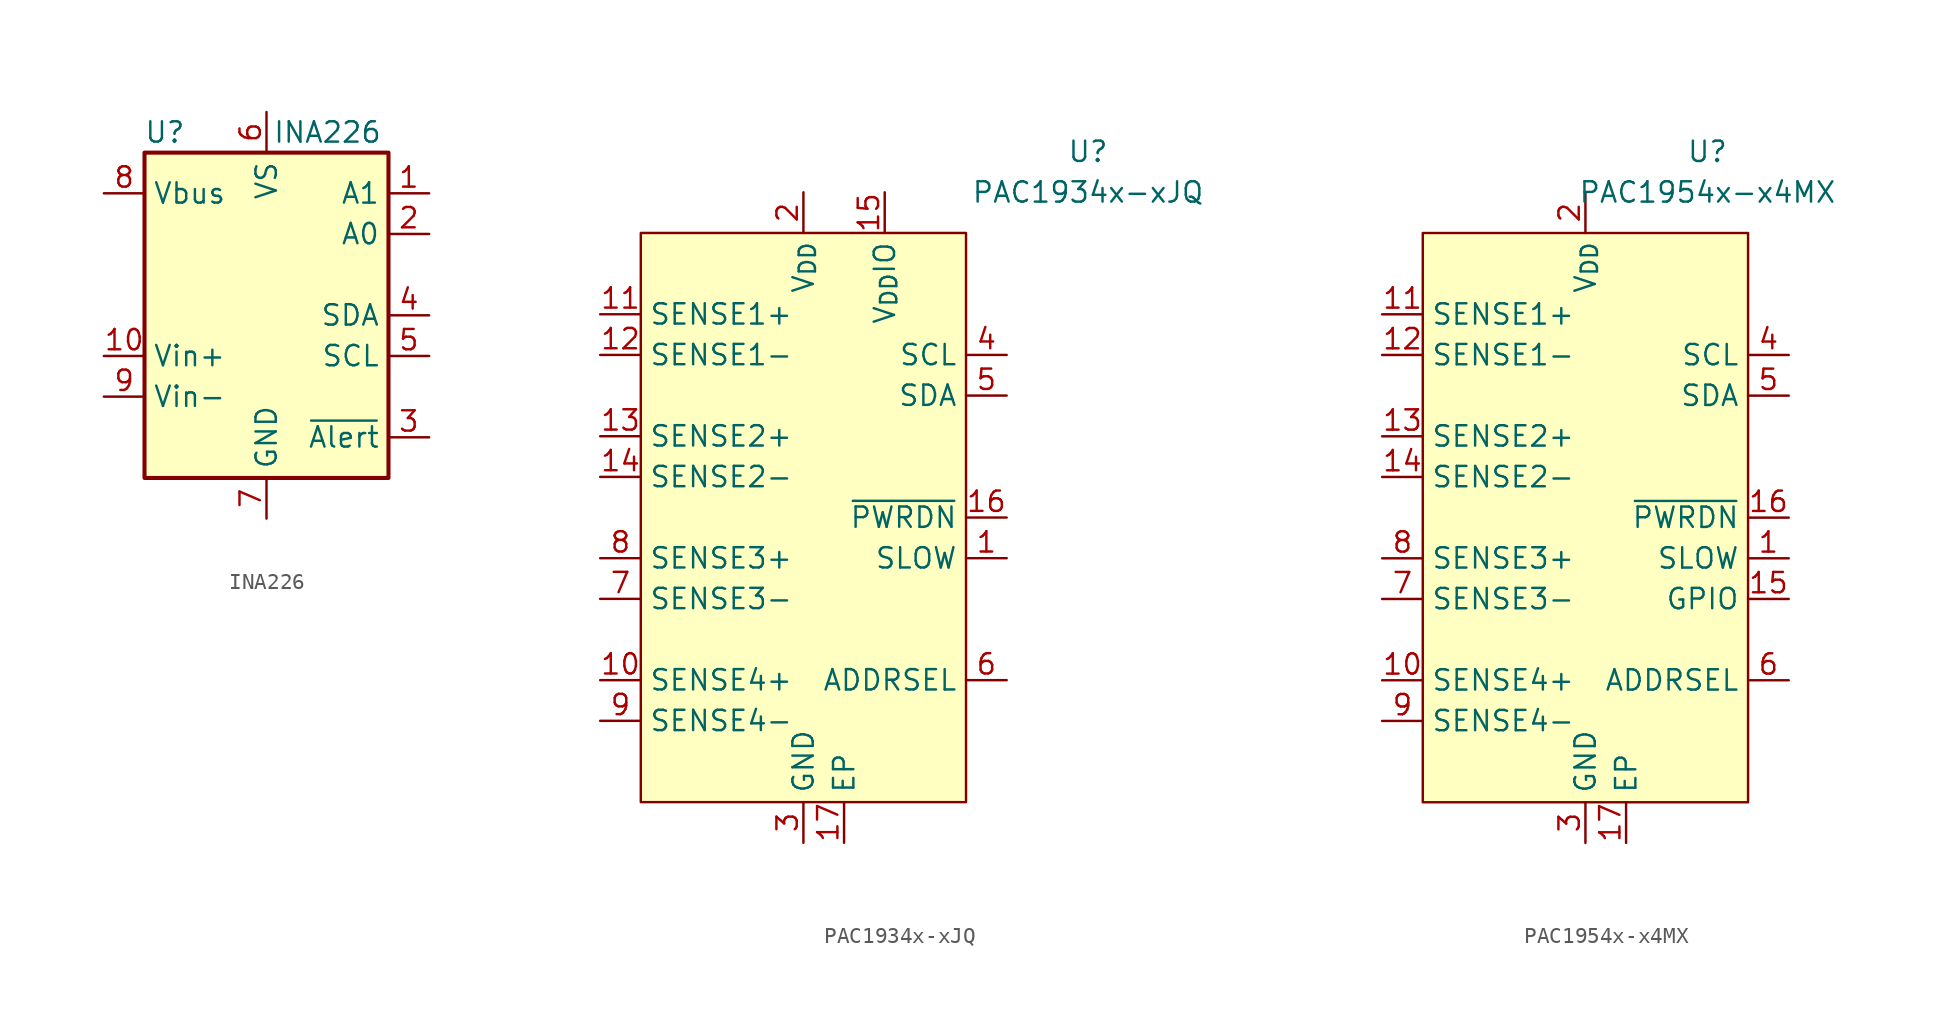
<source format=kicad_sym>
(kicad_symbol_lib
  (version 20231120)
  (generator "kicad_symbol_editor")
  (generator_version "8.0")
  (symbol "INA226"
    (property "Reference" "U"
      (at -6.35 11.43 0)
      (effects (font (size 1.27 1.27))))
    (property "Value" "INA226"
      (at 3.81 11.43 0)
      (effects (font (size 1.27 1.27))))
    (symbol "INA226_0_1"
      (rectangle (start 7.62 10.16) (end -7.62 -10.16) (stroke (width 0.254) (type default)) (fill (type background))))
    (symbol "INA226_1_1"
      (pin input line (at 10.16 7.62 180) (length 2.54) (name "A1" (effects (font (size 1.27 1.27)))) (number "1" (effects (font (size 1.27 1.27)))))
      (pin input line (at -10.16 -2.54 0) (length 2.54) (name "Vin+" (effects (font (size 1.27 1.27)))) (number "10" (effects (font (size 1.27 1.27)))))
      (pin input line (at 10.16 5.08 180) (length 2.54) (name "A0" (effects (font (size 1.27 1.27)))) (number "2" (effects (font (size 1.27 1.27)))))
      (pin open_collector line (at 10.16 -7.62 180) (length 2.54) (name "~{Alert}" (effects (font (size 1.27 1.27)))) (number "3" (effects (font (size 1.27 1.27)))))
      (pin bidirectional line (at 10.16 0 180) (length 2.54) (name "SDA" (effects (font (size 1.27 1.27)))) (number "4" (effects (font (size 1.27 1.27)))))
      (pin input line (at 10.16 -2.54 180) (length 2.54) (name "SCL" (effects (font (size 1.27 1.27)))) (number "5" (effects (font (size 1.27 1.27)))))
      (pin power_in line (at 0 12.7 270) (length 2.54) (name "VS" (effects (font (size 1.27 1.27)))) (number "6" (effects (font (size 1.27 1.27)))))
      (pin power_in line (at 0 -12.7 90) (length 2.54) (name "GND" (effects (font (size 1.27 1.27)))) (number "7" (effects (font (size 1.27 1.27)))))
      (pin input line (at -10.16 7.62 0) (length 2.54) (name "Vbus" (effects (font (size 1.27 1.27)))) (number "8" (effects (font (size 1.27 1.27)))))
      (pin input line (at -10.16 -5.08 0) (length 2.54) (name "Vin-" (effects (font (size 1.27 1.27)))) (number "9" (effects (font (size 1.27 1.27)))))))
  (symbol "PAC1934x-xJQ"
    (property "Reference" "U"
      (at 17.78 22.86 0)
      (effects (font (size 1.27 1.27))))
    (property "Value" "PAC1934x-xJQ"
      (at 17.78 20.32 0)
      (effects (font (size 1.27 1.27))))
    (symbol "PAC1934x-xJQ_0_0"
      (pin input line (at 12.7 -2.54 180) (length 2.54) (name "SLOW" (effects (font (size 1.27 1.27)))) (number "1" (effects (font (size 1.27 1.27)))) (alternate "~{ALERT1}" open_collector line))
      (pin input line (at -12.7 -10.16 0) (length 2.54) (name "SENSE4+" (effects (font (size 1.27 1.27)))) (number "10" (effects (font (size 1.27 1.27)))))
      (pin input line (at -12.7 12.7 0) (length 2.54) (name "SENSE1+" (effects (font (size 1.27 1.27)))) (number "11" (effects (font (size 1.27 1.27)))))
      (pin input line (at -12.7 10.16 0) (length 2.54) (name "SENSE1-" (effects (font (size 1.27 1.27)))) (number "12" (effects (font (size 1.27 1.27)))))
      (pin input line (at -12.7 5.08 0) (length 2.54) (name "SENSE2+" (effects (font (size 1.27 1.27)))) (number "13" (effects (font (size 1.27 1.27)))))
      (pin input line (at -12.7 2.54 0) (length 2.54) (name "SENSE2-" (effects (font (size 1.27 1.27)))) (number "14" (effects (font (size 1.27 1.27)))))
      (pin input line (at 5.08 20.32 270) (length 2.54) (name "V_{DD}IO" (effects (font (size 1.27 1.27)))) (number "15" (effects (font (size 1.27 1.27)))))
      (pin input line (at 12.7 0 180) (length 2.54) (name "~{PWRDN}" (effects (font (size 1.27 1.27)))) (number "16" (effects (font (size 1.27 1.27)))))
      (pin passive line (at 2.54 -20.32 90) (length 2.54) (name "EP" (effects (font (size 1.27 1.27)))) (number "17" (effects (font (size 1.27 1.27)))))
      (pin power_in line (at 0 20.32 270) (length 2.54) (name "V_{DD}" (effects (font (size 1.27 1.27)))) (number "2" (effects (font (size 1.27 1.27)))))
      (pin power_in line (at 0 -20.32 90) (length 2.54) (name "GND" (effects (font (size 1.27 1.27)))) (number "3" (effects (font (size 1.27 1.27)))))
      (pin input line (at 12.7 10.16 180) (length 2.54) (name "SCL" (effects (font (size 1.27 1.27)))) (number "4" (effects (font (size 1.27 1.27)))) (alternate "SM_CLK" input line))
      (pin bidirectional line (at 12.7 7.62 180) (length 2.54) (name "SDA" (effects (font (size 1.27 1.27)))) (number "5" (effects (font (size 1.27 1.27)))) (alternate "SM_DATA" bidirectional line))
      (pin passive line (at 12.7 -10.16 180) (length 2.54) (name "ADDRSEL" (effects (font (size 1.27 1.27)))) (number "6" (effects (font (size 1.27 1.27)))))
      (pin input line (at -12.7 -5.08 0) (length 2.54) (name "SENSE3-" (effects (font (size 1.27 1.27)))) (number "7" (effects (font (size 1.27 1.27)))))
      (pin input line (at -12.7 -2.54 0) (length 2.54) (name "SENSE3+" (effects (font (size 1.27 1.27)))) (number "8" (effects (font (size 1.27 1.27)))))
      (pin input line (at -12.7 -12.7 0) (length 2.54) (name "SENSE4-" (effects (font (size 1.27 1.27)))) (number "9" (effects (font (size 1.27 1.27))))))
    (symbol "PAC1934x-xJQ_0_1"
      (rectangle (start -10.16 17.78) (end 10.16 -17.78) (stroke (width 0) (type default)) (fill (type background)))))
  (symbol "PAC1954x-x4MX"
    (property "Reference" "U"
      (at 7.62 22.86 0)
      (effects (font (size 1.27 1.27))))
    (property "Value" "PAC1954x-x4MX"
      (at 7.62 20.32 0)
      (effects (font (size 1.27 1.27))))
    (symbol "PAC1954x-x4MX_0_0"
      (pin input line (at 12.7 -2.54 180) (length 2.54) (name "SLOW" (effects (font (size 1.27 1.27)))) (number "1" (effects (font (size 1.27 1.27)))) (alternate "GPIO" bidirectional line) (alternate "~{ALERT1}" open_collector line))
      (pin input line (at -12.7 -10.16 0) (length 2.54) (name "SENSE4+" (effects (font (size 1.27 1.27)))) (number "10" (effects (font (size 1.27 1.27)))))
      (pin input line (at -12.7 12.7 0) (length 2.54) (name "SENSE1+" (effects (font (size 1.27 1.27)))) (number "11" (effects (font (size 1.27 1.27)))))
      (pin input line (at -12.7 10.16 0) (length 2.54) (name "SENSE1-" (effects (font (size 1.27 1.27)))) (number "12" (effects (font (size 1.27 1.27)))))
      (pin input line (at -12.7 5.08 0) (length 2.54) (name "SENSE2+" (effects (font (size 1.27 1.27)))) (number "13" (effects (font (size 1.27 1.27)))))
      (pin input line (at -12.7 2.54 0) (length 2.54) (name "SENSE2-" (effects (font (size 1.27 1.27)))) (number "14" (effects (font (size 1.27 1.27)))))
      (pin bidirectional line (at 12.7 -5.08 180) (length 2.54) (name "GPIO" (effects (font (size 1.27 1.27)))) (number "15" (effects (font (size 1.27 1.27)))) (alternate "~{ALERT2}" open_collector line))
      (pin input line (at 12.7 0 180) (length 2.54) (name "~{PWRDN}" (effects (font (size 1.27 1.27)))) (number "16" (effects (font (size 1.27 1.27)))))
      (pin passive line (at 2.54 -20.32 90) (length 2.54) (name "EP" (effects (font (size 1.27 1.27)))) (number "17" (effects (font (size 1.27 1.27)))))
      (pin power_in line (at 0 20.32 270) (length 2.54) (name "V_{DD}" (effects (font (size 1.27 1.27)))) (number "2" (effects (font (size 1.27 1.27)))))
      (pin power_in line (at 0 -20.32 90) (length 2.54) (name "GND" (effects (font (size 1.27 1.27)))) (number "3" (effects (font (size 1.27 1.27)))))
      (pin input line (at 12.7 10.16 180) (length 2.54) (name "SCL" (effects (font (size 1.27 1.27)))) (number "4" (effects (font (size 1.27 1.27)))) (alternate "SM_CLK" input line))
      (pin bidirectional line (at 12.7 7.62 180) (length 2.54) (name "SDA" (effects (font (size 1.27 1.27)))) (number "5" (effects (font (size 1.27 1.27)))) (alternate "SM_DATA" bidirectional line))
      (pin passive line (at 12.7 -10.16 180) (length 2.54) (name "ADDRSEL" (effects (font (size 1.27 1.27)))) (number "6" (effects (font (size 1.27 1.27)))))
      (pin input line (at -12.7 -5.08 0) (length 2.54) (name "SENSE3-" (effects (font (size 1.27 1.27)))) (number "7" (effects (font (size 1.27 1.27)))))
      (pin input line (at -12.7 -2.54 0) (length 2.54) (name "SENSE3+" (effects (font (size 1.27 1.27)))) (number "8" (effects (font (size 1.27 1.27)))))
      (pin input line (at -12.7 -12.7 0) (length 2.54) (name "SENSE4-" (effects (font (size 1.27 1.27)))) (number "9" (effects (font (size 1.27 1.27))))))
    (symbol "PAC1954x-x4MX_0_1"
      (rectangle (start -10.16 17.78) (end 10.16 -17.78) (stroke (width 0) (type default)) (fill (type background))))))
</source>
